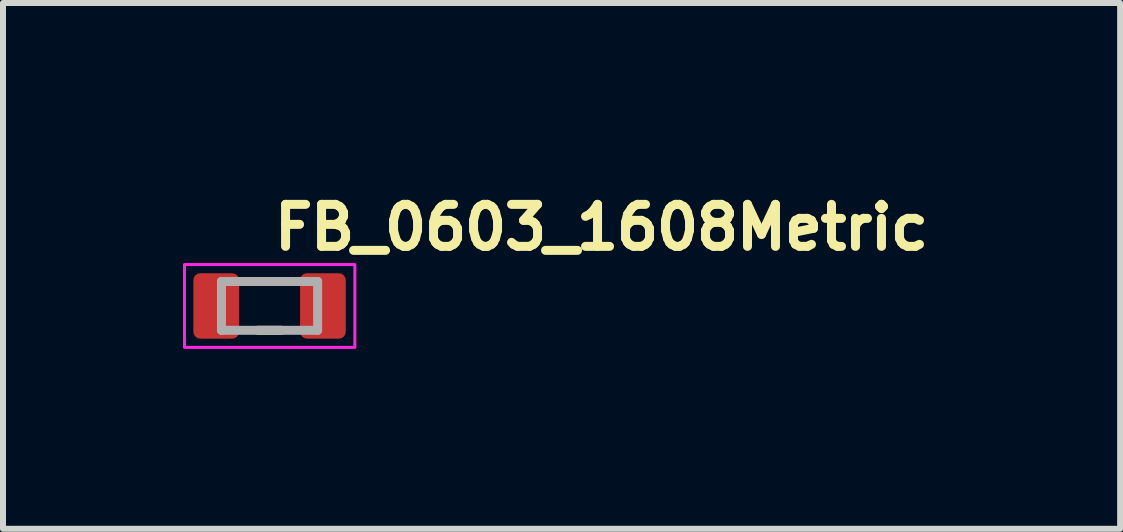
<source format=kicad_pcb>
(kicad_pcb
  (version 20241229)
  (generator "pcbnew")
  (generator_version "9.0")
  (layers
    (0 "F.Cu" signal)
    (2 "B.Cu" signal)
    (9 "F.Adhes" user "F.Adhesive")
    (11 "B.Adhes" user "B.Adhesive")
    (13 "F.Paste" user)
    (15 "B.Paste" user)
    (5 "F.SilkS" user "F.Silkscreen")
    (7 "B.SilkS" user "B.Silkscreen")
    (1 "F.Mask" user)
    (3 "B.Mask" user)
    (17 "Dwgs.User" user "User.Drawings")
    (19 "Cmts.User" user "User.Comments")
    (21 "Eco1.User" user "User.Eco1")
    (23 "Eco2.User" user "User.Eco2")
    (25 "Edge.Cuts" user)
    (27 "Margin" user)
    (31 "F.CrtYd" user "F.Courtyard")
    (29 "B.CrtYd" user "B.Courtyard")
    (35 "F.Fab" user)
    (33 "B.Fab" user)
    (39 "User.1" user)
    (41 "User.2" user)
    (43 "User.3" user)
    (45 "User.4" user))
  (footprint "FB_0603_1608Metric"
    (layer "F.Cu")
    (at 1.445 2.05)
    (property "Reference" "FB_0603_1608Metric" (at 0 -0.9 0) (layer "F.SilkS") (effects (font (size 0.7 0.7) (thickness 0.15)) (justify left bottom)))
    (attr smd)
    (fp_line (start -0.196 -0.408) (end 0.193 -0.408) (stroke (width 0.15) (type solid)) (layer "F.SilkS"))
    (fp_line (start -0.196 0.406) (end 0.193 0.406) (stroke (width 0.15) (type solid)) (layer "F.SilkS"))
    (fp_rect (start -1.42 -0.69) (end 1.42 0.69) (stroke (width 0.05) (type solid)) (fill no) (layer "F.CrtYd"))
    (fp_line (start -0.803 0.406) (end -0.803 -0.408) (stroke (width 0.15) (type solid)) (layer "F.Fab"))
    (fp_line (start 0.8 -0.408) (end -0.803 -0.408) (stroke (width 0.15) (type solid)) (layer "F.Fab"))
    (fp_line (start 0.8 -0.408) (end 0.8 0.406) (stroke (width 0.15) (type solid)) (layer "F.Fab"))
    (fp_line (start 0.8 0.406) (end -0.803 0.406) (stroke (width 0.15) (type solid)) (layer "F.Fab"))
    (fp_rect (start -0.802 -0.402) (end 0.8 0.4) (stroke (width 0.1) (type solid)) (fill no) (layer "User.5"))
    (fp_line (start -0.802 -0.392) (end -0.802 -0.392) (stroke (width 0.02) (type solid)) (layer "User.9"))
    (fp_line (start -0.802 -0.392) (end -0.801 -0.391) (stroke (width 0.02) (type solid)) (layer "User.9"))
    (fp_line (start -0.802 0.39) (end -0.802 -0.392) (stroke (width 0.02) (type solid)) (layer "User.9"))
    (fp_line (start -0.802 0.39) (end -0.802 0.39) (stroke (width 0.02) (type solid)) (layer "User.9"))
    (fp_line (start -0.802 0.39) (end -0.801 0.39) (stroke (width 0.02) (type solid)) (layer "User.9"))
    (fp_line (start -0.801 -0.396) (end -0.801 -0.395) (stroke (width 0.02) (type solid)) (layer "User.9"))
    (fp_line (start -0.801 -0.395) (end -0.801 -0.395) (stroke (width 0.02) (type solid)) (layer "User.9"))
    (fp_line (start -0.801 -0.395) (end -0.801 -0.394) (stroke (width 0.02) (type solid)) (layer "User.9"))
    (fp_line (start -0.801 -0.394) (end -0.801 -0.394) (stroke (width 0.02) (type solid)) (layer "User.9"))
    (fp_line (start -0.801 -0.394) (end -0.801 -0.394) (stroke (width 0.02) (type solid)) (layer "User.9"))
    (fp_line (start -0.801 -0.394) (end -0.801 -0.393) (stroke (width 0.02) (type solid)) (layer "User.9"))
    (fp_line (start -0.801 -0.393) (end -0.801 -0.393) (stroke (width 0.02) (type solid)) (layer "User.9"))
    (fp_line (start -0.801 -0.393) (end -0.801 -0.392) (stroke (width 0.02) (type solid)) (layer "User.9"))
    (fp_line (start -0.801 -0.392) (end -0.802 -0.392) (stroke (width 0.02) (type solid)) (layer "User.9"))
    (fp_line (start -0.801 -0.391) (end -0.801 -0.39) (stroke (width 0.02) (type solid)) (layer "User.9"))
    (fp_line (start -0.801 -0.39) (end -0.801 -0.39) (stroke (width 0.02) (type solid)) (layer "User.9"))
    (fp_line (start -0.801 -0.39) (end -0.801 -0.389) (stroke (width 0.02) (type solid)) (layer "User.9"))
    (fp_line (start -0.801 -0.389) (end -0.801 -0.389) (stroke (width 0.02) (type solid)) (layer "User.9"))
    (fp_line (start -0.801 -0.389) (end -0.801 -0.389) (stroke (width 0.02) (type solid)) (layer "User.9"))
    (fp_line (start -0.801 -0.389) (end -0.801 -0.388) (stroke (width 0.02) (type solid)) (layer "User.9"))
    (fp_line (start -0.801 -0.388) (end -0.801 -0.388) (stroke (width 0.02) (type solid)) (layer "User.9"))
    (fp_line (start -0.801 -0.388) (end -0.801 -0.387) (stroke (width 0.02) (type solid)) (layer "User.9"))
    (fp_line (start -0.801 -0.387) (end -0.8 -0.387) (stroke (width 0.02) (type solid)) (layer "User.9"))
    (fp_line (start -0.801 0.385) (end -0.801 0.386) (stroke (width 0.02) (type solid)) (layer "User.9"))
    (fp_line (start -0.801 0.386) (end -0.801 0.386) (stroke (width 0.02) (type solid)) (layer "User.9"))
    (fp_line (start -0.801 0.386) (end -0.801 0.387) (stroke (width 0.02) (type solid)) (layer "User.9"))
    (fp_line (start -0.801 0.387) (end -0.801 0.387) (stroke (width 0.02) (type solid)) (layer "User.9"))
    (fp_line (start -0.801 0.387) (end -0.801 0.387) (stroke (width 0.02) (type solid)) (layer "User.9"))
    (fp_line (start -0.801 0.387) (end -0.801 0.388) (stroke (width 0.02) (type solid)) (layer "User.9"))
    (fp_line (start -0.801 0.388) (end -0.801 0.388) (stroke (width 0.02) (type solid)) (layer "User.9"))
    (fp_line (start -0.801 0.388) (end -0.801 0.389) (stroke (width 0.02) (type solid)) (layer "User.9"))
    (fp_line (start -0.801 0.389) (end -0.802 0.39) (stroke (width 0.02) (type solid)) (layer "User.9"))
    (fp_line (start -0.801 0.39) (end -0.801 0.391) (stroke (width 0.02) (type solid)) (layer "User.9"))
    (fp_line (start -0.801 0.391) (end -0.801 0.391) (stroke (width 0.02) (type solid)) (layer "User.9"))
    (fp_line (start -0.801 0.391) (end -0.801 0.392) (stroke (width 0.02) (type solid)) (layer "User.9"))
    (fp_line (start -0.801 0.392) (end -0.801 0.392) (stroke (width 0.02) (type solid)) (layer "User.9"))
    (fp_line (start -0.801 0.392) (end -0.801 0.392) (stroke (width 0.02) (type solid)) (layer "User.9"))
    (fp_line (start -0.801 0.392) (end -0.801 0.393) (stroke (width 0.02) (type solid)) (layer "User.9"))
    (fp_line (start -0.801 0.393) (end -0.801 0.393) (stroke (width 0.02) (type solid)) (layer "User.9"))
    (fp_line (start -0.801 0.393) (end -0.801 0.394) (stroke (width 0.02) (type solid)) (layer "User.9"))
    (fp_line (start -0.801 0.394) (end -0.8 0.394) (stroke (width 0.02) (type solid)) (layer "User.9"))
    (fp_line (start -0.8 -0.397) (end -0.8 -0.397) (stroke (width 0.02) (type solid)) (layer "User.9"))
    (fp_line (start -0.8 -0.397) (end -0.8 -0.397) (stroke (width 0.02) (type solid)) (layer "User.9"))
    (fp_line (start -0.8 -0.397) (end -0.8 -0.396) (stroke (width 0.02) (type solid)) (layer "User.9"))
    (fp_line (start -0.8 -0.396) (end -0.801 -0.396) (stroke (width 0.02) (type solid)) (layer "User.9"))
    (fp_line (start -0.8 -0.387) (end -0.8 -0.386) (stroke (width 0.02) (type solid)) (layer "User.9"))
    (fp_line (start -0.8 -0.386) (end -0.8 -0.386) (stroke (width 0.02) (type solid)) (layer "User.9"))
    (fp_line (start -0.8 -0.386) (end -0.8 -0.386) (stroke (width 0.02) (type solid)) (layer "User.9"))
    (fp_line (start -0.8 -0.386) (end -0.799 -0.384) (stroke (width 0.02) (type solid)) (layer "User.9"))
    (fp_line (start -0.8 0.384) (end -0.8 0.384) (stroke (width 0.02) (type solid)) (layer "User.9"))
    (fp_line (start -0.8 0.384) (end -0.8 0.384) (stroke (width 0.02) (type solid)) (layer "User.9"))
    (fp_line (start -0.8 0.384) (end -0.8 0.385) (stroke (width 0.02) (type solid)) (layer "User.9"))
    (fp_line (start -0.8 0.385) (end -0.801 0.385) (stroke (width 0.02) (type solid)) (layer "User.9"))
    (fp_line (start -0.8 0.394) (end -0.8 0.395) (stroke (width 0.02) (type solid)) (layer "User.9"))
    (fp_line (start -0.8 0.395) (end -0.8 0.395) (stroke (width 0.02) (type solid)) (layer "User.9"))
    (fp_line (start -0.8 0.395) (end -0.8 0.395) (stroke (width 0.02) (type solid)) (layer "User.9"))
    (fp_line (start -0.8 0.395) (end -0.799 0.396) (stroke (width 0.02) (type solid)) (layer "User.9"))
    (fp_line (start -0.799 -0.399) (end -0.799 -0.398) (stroke (width 0.02) (type solid)) (layer "User.9"))
    (fp_line (start -0.799 -0.398) (end -0.8 -0.397) (stroke (width 0.02) (type solid)) (layer "User.9"))
    (fp_line (start -0.799 -0.398) (end -0.799 -0.398) (stroke (width 0.02) (type solid)) (layer "User.9"))
    (fp_line (start -0.799 -0.384) (end -0.799 -0.384) (stroke (width 0.02) (type solid)) (layer "User.9"))
    (fp_line (start -0.799 -0.384) (end -0.799 -0.383) (stroke (width 0.02) (type solid)) (layer "User.9"))
    (fp_line (start -0.799 -0.383) (end -0.798 -0.383) (stroke (width 0.02) (type solid)) (layer "User.9"))
    (fp_line (start -0.799 0.381) (end -0.799 0.382) (stroke (width 0.02) (type solid)) (layer "User.9"))
    (fp_line (start -0.799 0.382) (end -0.8 0.384) (stroke (width 0.02) (type solid)) (layer "User.9"))
    (fp_line (start -0.799 0.382) (end -0.799 0.382) (stroke (width 0.02) (type solid)) (layer "User.9"))
    (fp_line (start -0.799 0.396) (end -0.799 0.396) (stroke (width 0.02) (type solid)) (layer "User.9"))
    (fp_line (start -0.799 0.396) (end -0.799 0.397) (stroke (width 0.02) (type solid)) (layer "User.9"))
    (fp_line (start -0.799 0.397) (end -0.798 0.397) (stroke (width 0.02) (type solid)) (layer "User.9"))
    (fp_line (start -0.798 -0.399) (end -0.799 -0.399) (stroke (width 0.02) (type solid)) (layer "User.9"))
    (fp_line (start -0.798 -0.399) (end -0.798 -0.399) (stroke (width 0.02) (type solid)) (layer "User.9"))
    (fp_line (start -0.798 -0.383) (end -0.798 -0.383) (stroke (width 0.02) (type solid)) (layer "User.9"))
    (fp_line (start -0.798 -0.383) (end -0.797 -0.382) (stroke (width 0.02) (type solid)) (layer "User.9"))
    (fp_line (start -0.798 0.381) (end -0.799 0.381) (stroke (width 0.02) (type solid)) (layer "User.9"))
    (fp_line (start -0.798 0.381) (end -0.798 0.381) (stroke (width 0.02) (type solid)) (layer "User.9"))
    (fp_line (start -0.798 0.397) (end -0.798 0.397) (stroke (width 0.02) (type solid)) (layer "User.9"))
    (fp_line (start -0.798 0.397) (end -0.797 0.398) (stroke (width 0.02) (type solid)) (layer "User.9"))
    (fp_line (start -0.797 -0.4) (end -0.798 -0.399) (stroke (width 0.02) (type solid)) (layer "User.9"))
    (fp_line (start -0.797 -0.4) (end -0.797 -0.4) (stroke (width 0.02) (type solid)) (layer "User.9"))
    (fp_line (start -0.797 -0.4) (end -0.797 -0.4) (stroke (width 0.02) (type solid)) (layer "User.9"))
    (fp_line (start -0.797 -0.382) (end -0.797 -0.382) (stroke (width 0.02) (type solid)) (layer "User.9"))
    (fp_line (start -0.797 -0.382) (end -0.797 -0.382) (stroke (width 0.02) (type solid)) (layer "User.9"))
    (fp_line (start -0.797 -0.382) (end -0.796 -0.382) (stroke (width 0.02) (type solid)) (layer "User.9"))
    (fp_line (start -0.797 0.38) (end -0.798 0.381) (stroke (width 0.02) (type solid)) (layer "User.9"))
    (fp_line (start -0.797 0.38) (end -0.797 0.38) (stroke (width 0.02) (type solid)) (layer "User.9"))
    (fp_line (start -0.797 0.38) (end -0.797 0.38) (stroke (width 0.02) (type solid)) (layer "User.9"))
    (fp_line (start -0.797 0.398) (end -0.797 0.398) (stroke (width 0.02) (type solid)) (layer "User.9"))
    (fp_line (start -0.797 0.398) (end -0.797 0.398) (stroke (width 0.02) (type solid)) (layer "User.9"))
    (fp_line (start -0.797 0.398) (end -0.796 0.398) (stroke (width 0.02) (type solid)) (layer "User.9"))
    (fp_line (start -0.796 -0.401) (end -0.796 -0.4) (stroke (width 0.02) (type solid)) (layer "User.9"))
    (fp_line (start -0.796 -0.4) (end -0.797 -0.4) (stroke (width 0.02) (type solid)) (layer "User.9"))
    (fp_line (start -0.796 -0.382) (end -0.796 -0.381) (stroke (width 0.02) (type solid)) (layer "User.9"))
    (fp_line (start -0.796 -0.381) (end -0.795 -0.381) (stroke (width 0.02) (type solid)) (layer "User.9"))
    (fp_line (start -0.796 0.379) (end -0.796 0.38) (stroke (width 0.02) (type solid)) (layer "User.9"))
    (fp_line (start -0.796 0.38) (end -0.797 0.38) (stroke (width 0.02) (type solid)) (layer "User.9"))
    (fp_line (start -0.796 0.398) (end -0.796 0.399) (stroke (width 0.02) (type solid)) (layer "User.9"))
    (fp_line (start -0.796 0.399) (end -0.795 0.399) (stroke (width 0.02) (type solid)) (layer "User.9"))
    (fp_line (start -0.795 -0.401) (end -0.796 -0.401) (stroke (width 0.02) (type solid)) (layer "User.9"))
    (fp_line (start -0.795 -0.401) (end -0.795 -0.401) (stroke (width 0.02) (type solid)) (layer "User.9"))
    (fp_line (start -0.795 -0.381) (end -0.795 -0.381) (stroke (width 0.02) (type solid)) (layer "User.9"))
    (fp_line (start -0.795 -0.381) (end -0.794 -0.381) (stroke (width 0.02) (type solid)) (layer "User.9"))
    (fp_line (start -0.795 0.379) (end -0.796 0.379) (stroke (width 0.02) (type solid)) (layer "User.9"))
    (fp_line (start -0.795 0.379) (end -0.795 0.379) (stroke (width 0.02) (type solid)) (layer "User.9"))
    (fp_line (start -0.795 0.399) (end -0.795 0.399) (stroke (width 0.02) (type solid)) (layer "User.9"))
    (fp_line (start -0.795 0.399) (end -0.794 0.399) (stroke (width 0.02) (type solid)) (layer "User.9"))
    (fp_line (start -0.794 -0.401) (end -0.795 -0.401) (stroke (width 0.02) (type solid)) (layer "User.9"))
    (fp_line (start -0.794 -0.401) (end -0.794 -0.401) (stroke (width 0.02) (type solid)) (layer "User.9"))
    (fp_line (start -0.794 -0.401) (end -0.794 -0.401) (stroke (width 0.02) (type solid)) (layer "User.9"))
    (fp_line (start -0.794 -0.381) (end -0.794 -0.381) (stroke (width 0.02) (type solid)) (layer "User.9"))
    (fp_line (start -0.794 -0.381) (end -0.794 -0.381) (stroke (width 0.02) (type solid)) (layer "User.9"))
    (fp_line (start -0.794 -0.381) (end -0.793 -0.381) (stroke (width 0.02) (type solid)) (layer "User.9"))
    (fp_line (start -0.794 0.379) (end -0.795 0.379) (stroke (width 0.02) (type solid)) (layer "User.9"))
    (fp_line (start -0.794 0.379) (end -0.794 0.379) (stroke (width 0.02) (type solid)) (layer "User.9"))
    (fp_line (start -0.794 0.379) (end -0.794 0.379) (stroke (width 0.02) (type solid)) (layer "User.9"))
    (fp_line (start -0.794 0.399) (end -0.794 0.399) (stroke (width 0.02) (type solid)) (layer "User.9"))
    (fp_line (start -0.794 0.399) (end -0.794 0.399) (stroke (width 0.02) (type solid)) (layer "User.9"))
    (fp_line (start -0.794 0.399) (end -0.793 0.399) (stroke (width 0.02) (type solid)) (layer "User.9"))
    (fp_line (start -0.793 -0.401) (end -0.794 -0.401) (stroke (width 0.02) (type solid)) (layer "User.9"))
    (fp_line (start -0.793 -0.401) (end -0.793 -0.401) (stroke (width 0.02) (type solid)) (layer "User.9"))
    (fp_line (start -0.793 -0.381) (end -0.793 -0.381) (stroke (width 0.02) (type solid)) (layer "User.9"))
    (fp_line (start -0.793 -0.381) (end -0.792 -0.381) (stroke (width 0.02) (type solid)) (layer "User.9"))
    (fp_line (start -0.793 0.379) (end -0.794 0.379) (stroke (width 0.02) (type solid)) (layer "User.9"))
    (fp_line (start -0.793 0.379) (end -0.793 0.379) (stroke (width 0.02) (type solid)) (layer "User.9"))
    (fp_line (start -0.793 0.399) (end -0.793 0.399) (stroke (width 0.02) (type solid)) (layer "User.9"))
    (fp_line (start -0.793 0.399) (end -0.792 0.399) (stroke (width 0.02) (type solid)) (layer "User.9"))
    (fp_line (start -0.792 -0.402) (end -0.792 -0.402) (stroke (width 0.02) (type solid)) (layer "User.9"))
    (fp_line (start -0.792 -0.402) (end -0.792 -0.401) (stroke (width 0.02) (type solid)) (layer "User.9"))
    (fp_line (start -0.792 -0.402) (end -0.777 -0.402) (stroke (width 0.02) (type solid)) (layer "User.9"))
    (fp_line (start -0.792 -0.402) (end -0.772 -0.402) (stroke (width 0.02) (type solid)) (layer "User.9"))
    (fp_line (start -0.792 -0.401) (end -0.793 -0.401) (stroke (width 0.02) (type solid)) (layer "User.9"))
    (fp_line (start -0.792 -0.381) (end -0.792 -0.38) (stroke (width 0.02) (type solid)) (layer "User.9"))
    (fp_line (start -0.792 -0.38) (end -0.792 -0.38) (stroke (width 0.02) (type solid)) (layer "User.9"))
    (fp_line (start -0.792 -0.38) (end -0.791 -0.381) (stroke (width 0.02) (type solid)) (layer "User.9"))
    (fp_line (start -0.792 0.378) (end -0.792 0.378) (stroke (width 0.02) (type solid)) (layer "User.9"))
    (fp_line (start -0.792 0.378) (end -0.792 0.379) (stroke (width 0.02) (type solid)) (layer "User.9"))
    (fp_line (start -0.792 0.379) (end -0.793 0.379) (stroke (width 0.02) (type solid)) (layer "User.9"))
    (fp_line (start -0.792 0.399) (end -0.792 0.4) (stroke (width 0.02) (type solid)) (layer "User.9"))
    (fp_line (start -0.792 0.4) (end -0.792 0.4) (stroke (width 0.02) (type solid)) (layer "User.9"))
    (fp_line (start -0.792 0.4) (end -0.791 0.399) (stroke (width 0.02) (type solid)) (layer "User.9"))
    (fp_line (start -0.792 0.4) (end -0.777 0.4) (stroke (width 0.02) (type solid)) (layer "User.9"))
    (fp_line (start -0.792 0.4) (end -0.772 0.4) (stroke (width 0.02) (type solid)) (layer "User.9"))
    (fp_line (start -0.791 -0.401) (end -0.792 -0.402) (stroke (width 0.02) (type solid)) (layer "User.9"))
    (fp_line (start -0.791 -0.381) (end -0.79 -0.381) (stroke (width 0.02) (type solid)) (layer "User.9"))
    (fp_line (start -0.791 0.379) (end -0.792 0.378) (stroke (width 0.02) (type solid)) (layer "User.9"))
    (fp_line (start -0.791 0.399) (end -0.79 0.399) (stroke (width 0.02) (type solid)) (layer "User.9"))
    (fp_line (start -0.79 -0.401) (end -0.791 -0.401) (stroke (width 0.02) (type solid)) (layer "User.9"))
    (fp_line (start -0.79 -0.401) (end -0.79 -0.401) (stroke (width 0.02) (type solid)) (layer "User.9"))
    (fp_line (start -0.79 -0.381) (end -0.79 -0.381) (stroke (width 0.02) (type solid)) (layer "User.9"))
    (fp_line (start -0.79 -0.381) (end -0.789 -0.381) (stroke (width 0.02) (type solid)) (layer "User.9"))
    (fp_line (start -0.79 0.379) (end -0.791 0.379) (stroke (width 0.02) (type solid)) (layer "User.9"))
    (fp_line (start -0.79 0.379) (end -0.79 0.379) (stroke (width 0.02) (type solid)) (layer "User.9"))
    (fp_line (start -0.79 0.399) (end -0.79 0.399) (stroke (width 0.02) (type solid)) (layer "User.9"))
    (fp_line (start -0.79 0.399) (end -0.789 0.399) (stroke (width 0.02) (type solid)) (layer "User.9"))
    (fp_line (start -0.789 -0.401) (end -0.79 -0.401) (stroke (width 0.02) (type solid)) (layer "User.9"))
    (fp_line (start -0.789 -0.401) (end -0.789 -0.401) (stroke (width 0.02) (type solid)) (layer "User.9"))
    (fp_line (start -0.789 -0.401) (end -0.789 -0.401) (stroke (width 0.02) (type solid)) (layer "User.9"))
    (fp_line (start -0.789 -0.381) (end -0.789 -0.381) (stroke (width 0.02) (type solid)) (layer "User.9"))
    (fp_line (start -0.789 -0.381) (end -0.789 -0.381) (stroke (width 0.02) (type solid)) (layer "User.9"))
    (fp_line (start -0.789 -0.381) (end -0.788 -0.381) (stroke (width 0.02) (type solid)) (layer "User.9"))
    (fp_line (start -0.789 0.379) (end -0.79 0.379) (stroke (width 0.02) (type solid)) (layer "User.9"))
    (fp_line (start -0.789 0.379) (end -0.789 0.379) (stroke (width 0.02) (type solid)) (layer "User.9"))
    (fp_line (start -0.789 0.379) (end -0.789 0.379) (stroke (width 0.02) (type solid)) (layer "User.9"))
    (fp_line (start -0.789 0.399) (end -0.789 0.399) (stroke (width 0.02) (type solid)) (layer "User.9"))
    (fp_line (start -0.789 0.399) (end -0.789 0.399) (stroke (width 0.02) (type solid)) (layer "User.9"))
    (fp_line (start -0.789 0.399) (end -0.788 0.399) (stroke (width 0.02) (type solid)) (layer "User.9"))
    (fp_line (start -0.788 -0.401) (end -0.789 -0.401) (stroke (width 0.02) (type solid)) (layer "User.9"))
    (fp_line (start -0.788 -0.401) (end -0.788 -0.401) (stroke (width 0.02) (type solid)) (layer "User.9"))
    (fp_line (start -0.788 -0.381) (end -0.788 -0.381) (stroke (width 0.02) (type solid)) (layer "User.9"))
    (fp_line (start -0.788 -0.381) (end -0.787 -0.381) (stroke (width 0.02) (type solid)) (layer "User.9"))
    (fp_line (start -0.788 0.379) (end -0.789 0.379) (stroke (width 0.02) (type solid)) (layer "User.9"))
    (fp_line (start -0.788 0.379) (end -0.788 0.379) (stroke (width 0.02) (type solid)) (layer "User.9"))
    (fp_line (start -0.788 0.399) (end -0.788 0.399) (stroke (width 0.02) (type solid)) (layer "User.9"))
    (fp_line (start -0.788 0.399) (end -0.787 0.399) (stroke (width 0.02) (type solid)) (layer "User.9"))
    (fp_line (start -0.787 -0.401) (end -0.788 -0.401) (stroke (width 0.02) (type solid)) (layer "User.9"))
    (fp_line (start -0.787 -0.4) (end -0.787 -0.401) (stroke (width 0.02) (type solid)) (layer "User.9"))
    (fp_line (start -0.787 -0.382) (end -0.786 -0.382) (stroke (width 0.02) (type solid)) (layer "User.9"))
    (fp_line (start -0.787 -0.381) (end -0.787 -0.382) (stroke (width 0.02) (type solid)) (layer "User.9"))
    (fp_line (start -0.787 0.379) (end -0.788 0.379) (stroke (width 0.02) (type solid)) (layer "User.9"))
    (fp_line (start -0.787 0.38) (end -0.787 0.379) (stroke (width 0.02) (type solid)) (layer "User.9"))
    (fp_line (start -0.787 0.398) (end -0.786 0.398) (stroke (width 0.02) (type solid)) (layer "User.9"))
    (fp_line (start -0.787 0.399) (end -0.787 0.398) (stroke (width 0.02) (type solid)) (layer "User.9"))
    (fp_line (start -0.786 -0.4) (end -0.787 -0.4) (stroke (width 0.02) (type solid)) (layer "User.9"))
    (fp_line (start -0.786 -0.4) (end -0.786 -0.4) (stroke (width 0.02) (type solid)) (layer "User.9"))
    (fp_line (start -0.786 -0.4) (end -0.786 -0.4) (stroke (width 0.02) (type solid)) (layer "User.9"))
    (fp_line (start -0.786 -0.382) (end -0.786 -0.382) (stroke (width 0.02) (type solid)) (layer "User.9"))
    (fp_line (start -0.786 -0.382) (end -0.786 -0.382) (stroke (width 0.02) (type solid)) (layer "User.9"))
    (fp_line (start -0.786 -0.382) (end -0.785 -0.383) (stroke (width 0.02) (type solid)) (layer "User.9"))
    (fp_line (start -0.786 0.38) (end -0.787 0.38) (stroke (width 0.02) (type solid)) (layer "User.9"))
    (fp_line (start -0.786 0.38) (end -0.786 0.38) (stroke (width 0.02) (type solid)) (layer "User.9"))
    (fp_line (start -0.786 0.38) (end -0.786 0.38) (stroke (width 0.02) (type solid)) (layer "User.9"))
    (fp_line (start -0.786 0.398) (end -0.786 0.398) (stroke (width 0.02) (type solid)) (layer "User.9"))
    (fp_line (start -0.786 0.398) (end -0.786 0.398) (stroke (width 0.02) (type solid)) (layer "User.9"))
    (fp_line (start -0.786 0.398) (end -0.785 0.397) (stroke (width 0.02) (type solid)) (layer "User.9"))
    (fp_line (start -0.785 -0.399) (end -0.786 -0.4) (stroke (width 0.02) (type solid)) (layer "User.9"))
    (fp_line (start -0.785 -0.399) (end -0.785 -0.399) (stroke (width 0.02) (type solid)) (layer "User.9"))
    (fp_line (start -0.785 -0.383) (end -0.785 -0.383) (stroke (width 0.02) (type solid)) (layer "User.9"))
    (fp_line (start -0.785 -0.383) (end -0.784 -0.383) (stroke (width 0.02) (type solid)) (layer "User.9"))
    (fp_line (start -0.785 0.381) (end -0.786 0.38) (stroke (width 0.02) (type solid)) (layer "User.9"))
    (fp_line (start -0.785 0.381) (end -0.785 0.381) (stroke (width 0.02) (type solid)) (layer "User.9"))
    (fp_line (start -0.785 0.397) (end -0.785 0.397) (stroke (width 0.02) (type solid)) (layer "User.9"))
    (fp_line (start -0.785 0.397) (end -0.784 0.397) (stroke (width 0.02) (type solid)) (layer "User.9"))
    (fp_line (start -0.784 -0.399) (end -0.785 -0.399) (stroke (width 0.02) (type solid)) (layer "User.9"))
    (fp_line (start -0.784 -0.398) (end -0.784 -0.399) (stroke (width 0.02) (type solid)) (layer "User.9"))
    (fp_line (start -0.784 -0.398) (end -0.784 -0.398) (stroke (width 0.02) (type solid)) (layer "User.9"))
    (fp_line (start -0.784 -0.384) (end -0.784 -0.384) (stroke (width 0.02) (type solid)) (layer "User.9"))
    (fp_line (start -0.784 -0.384) (end -0.783 -0.386) (stroke (width 0.02) (type solid)) (layer "User.9"))
    (fp_line (start -0.784 -0.383) (end -0.784 -0.384) (stroke (width 0.02) (type solid)) (layer "User.9"))
    (fp_line (start -0.784 0.381) (end -0.785 0.381) (stroke (width 0.02) (type solid)) (layer "User.9"))
    (fp_line (start -0.784 0.382) (end -0.784 0.381) (stroke (width 0.02) (type solid)) (layer "User.9"))
    (fp_line (start -0.784 0.382) (end -0.784 0.382) (stroke (width 0.02) (type solid)) (layer "User.9"))
    (fp_line (start -0.784 0.396) (end -0.784 0.396) (stroke (width 0.02) (type solid)) (layer "User.9"))
    (fp_line (start -0.784 0.396) (end -0.783 0.395) (stroke (width 0.02) (type solid)) (layer "User.9"))
    (fp_line (start -0.784 0.397) (end -0.784 0.396) (stroke (width 0.02) (type solid)) (layer "User.9"))
    (fp_line (start -0.783 -0.397) (end -0.784 -0.398) (stroke (width 0.02) (type solid)) (layer "User.9"))
    (fp_line (start -0.783 -0.397) (end -0.783 -0.397) (stroke (width 0.02) (type solid)) (layer "User.9"))
    (fp_line (start -0.783 -0.397) (end -0.783 -0.397) (stroke (width 0.02) (type solid)) (layer "User.9"))
    (fp_line (start -0.783 -0.396) (end -0.783 -0.397) (stroke (width 0.02) (type solid)) (layer "User.9"))
    (fp_line (start -0.783 -0.387) (end -0.782 -0.387) (stroke (width 0.02) (type solid)) (layer "User.9"))
    (fp_line (start -0.783 -0.386) (end -0.783 -0.387) (stroke (width 0.02) (type solid)) (layer "User.9"))
    (fp_line (start -0.783 -0.386) (end -0.783 -0.386) (stroke (width 0.02) (type solid)) (layer "User.9"))
    (fp_line (start -0.783 -0.386) (end -0.783 -0.386) (stroke (width 0.02) (type solid)) (layer "User.9"))
    (fp_line (start -0.783 0.384) (end -0.784 0.382) (stroke (width 0.02) (type solid)) (layer "User.9"))
    (fp_line (start -0.783 0.384) (end -0.783 0.384) (stroke (width 0.02) (type solid)) (layer "User.9"))
    (fp_line (start -0.783 0.384) (end -0.783 0.384) (stroke (width 0.02) (type solid)) (layer "User.9"))
    (fp_line (start -0.783 0.385) (end -0.783 0.384) (stroke (width 0.02) (type solid)) (layer "User.9"))
    (fp_line (start -0.783 0.394) (end -0.782 0.394) (stroke (width 0.02) (type solid)) (layer "User.9"))
    (fp_line (start -0.783 0.395) (end -0.783 0.394) (stroke (width 0.02) (type solid)) (layer "User.9"))
    (fp_line (start -0.783 0.395) (end -0.783 0.395) (stroke (width 0.02) (type solid)) (layer "User.9"))
    (fp_line (start -0.783 0.395) (end -0.783 0.395) (stroke (width 0.02) (type solid)) (layer "User.9"))
    (fp_line (start -0.782 -0.396) (end -0.783 -0.396) (stroke (width 0.02) (type solid)) (layer "User.9"))
    (fp_line (start -0.782 -0.395) (end -0.782 -0.396) (stroke (width 0.02) (type solid)) (layer "User.9"))
    (fp_line (start -0.782 -0.395) (end -0.782 -0.395) (stroke (width 0.02) (type solid)) (layer "User.9"))
    (fp_line (start -0.782 -0.394) (end -0.782 -0.395) (stroke (width 0.02) (type solid)) (layer "User.9"))
    (fp_line (start -0.782 -0.394) (end -0.782 -0.394) (stroke (width 0.02) (type solid)) (layer "User.9"))
    (fp_line (start -0.782 -0.394) (end -0.782 -0.394) (stroke (width 0.02) (type solid)) (layer "User.9"))
    (fp_line (start -0.782 -0.393) (end -0.782 -0.394) (stroke (width 0.02) (type solid)) (layer "User.9"))
    (fp_line (start -0.782 -0.393) (end -0.782 -0.393) (stroke (width 0.02) (type solid)) (layer "User.9"))
    (fp_line (start -0.782 -0.392) (end -0.782 -0.393) (stroke (width 0.02) (type solid)) (layer "User.9"))
    (fp_line (start -0.782 -0.392) (end -0.782 -0.392) (stroke (width 0.02) (type solid)) (layer "User.9"))
    (fp_line (start -0.782 -0.392) (end -0.782 -0.392) (stroke (width 0.02) (type solid)) (layer "User.9"))
    (fp_line (start -0.782 -0.392) (end -0.782 -0.392) (stroke (width 0.02) (type solid)) (layer "User.9"))
    (fp_line (start -0.782 -0.391) (end -0.782 -0.392) (stroke (width 0.02) (type solid)) (layer "User.9"))
    (fp_line (start -0.782 -0.39) (end -0.782 -0.391) (stroke (width 0.02) (type solid)) (layer "User.9"))
    (fp_line (start -0.782 -0.39) (end -0.782 -0.39) (stroke (width 0.02) (type solid)) (layer "User.9"))
    (fp_line (start -0.782 -0.389) (end -0.782 -0.39) (stroke (width 0.02) (type solid)) (layer "User.9"))
    (fp_line (start -0.782 -0.389) (end -0.782 -0.389) (stroke (width 0.02) (type solid)) (layer "User.9"))
    (fp_line (start -0.782 -0.389) (end -0.782 -0.389) (stroke (width 0.02) (type solid)) (layer "User.9"))
    (fp_line (start -0.782 -0.388) (end -0.782 -0.389) (stroke (width 0.02) (type solid)) (layer "User.9"))
    (fp_line (start -0.782 -0.388) (end -0.782 -0.388) (stroke (width 0.02) (type solid)) (layer "User.9"))
    (fp_line (start -0.782 -0.387) (end -0.782 -0.388) (stroke (width 0.02) (type solid)) (layer "User.9"))
    (fp_line (start -0.782 0.385) (end -0.783 0.385) (stroke (width 0.02) (type solid)) (layer "User.9"))
    (fp_line (start -0.782 0.386) (end -0.782 0.385) (stroke (width 0.02) (type solid)) (layer "User.9"))
    (fp_line (start -0.782 0.386) (end -0.782 0.386) (stroke (width 0.02) (type solid)) (layer "User.9"))
    (fp_line (start -0.782 0.387) (end -0.782 0.386) (stroke (width 0.02) (type solid)) (layer "User.9"))
    (fp_line (start -0.782 0.387) (end -0.782 0.387) (stroke (width 0.02) (type solid)) (layer "User.9"))
    (fp_line (start -0.782 0.387) (end -0.782 0.387) (stroke (width 0.02) (type solid)) (layer "User.9"))
    (fp_line (start -0.782 0.388) (end -0.782 0.387) (stroke (width 0.02) (type solid)) (layer "User.9"))
    (fp_line (start -0.782 0.388) (end -0.782 0.388) (stroke (width 0.02) (type solid)) (layer "User.9"))
    (fp_line (start -0.782 0.389) (end -0.782 0.388) (stroke (width 0.02) (type solid)) (layer "User.9"))
    (fp_line (start -0.782 0.39) (end -0.782 0.389) (stroke (width 0.02) (type solid)) (layer "User.9"))
    (fp_line (start -0.782 0.39) (end -0.782 0.39) (stroke (width 0.02) (type solid)) (layer "User.9"))
    (fp_line (start -0.782 0.39) (end -0.782 0.39) (stroke (width 0.02) (type solid)) (layer "User.9"))
    (fp_line (start -0.782 0.39) (end -0.782 0.39) (stroke (width 0.02) (type solid)) (layer "User.9"))
    (fp_line (start -0.782 0.391) (end -0.782 0.39) (stroke (width 0.02) (type solid)) (layer "User.9"))
    (fp_line (start -0.782 0.391) (end -0.782 0.391) (stroke (width 0.02) (type solid)) (layer "User.9"))
    (fp_line (start -0.782 0.392) (end -0.782 0.391) (stroke (width 0.02) (type solid)) (layer "User.9"))
    (fp_line (start -0.782 0.392) (end -0.782 0.392) (stroke (width 0.02) (type solid)) (layer "User.9"))
    (fp_line (start -0.782 0.392) (end -0.782 0.392) (stroke (width 0.02) (type solid)) (layer "User.9"))
    (fp_line (start -0.782 0.393) (end -0.782 0.392) (stroke (width 0.02) (type solid)) (layer "User.9"))
    (fp_line (start -0.782 0.393) (end -0.782 0.393) (stroke (width 0.02) (type solid)) (layer "User.9"))
    (fp_line (start -0.782 0.394) (end -0.782 0.393) (stroke (width 0.02) (type solid)) (layer "User.9"))
    (fp_line (start -0.777 -0.402) (end -0.772 -0.402) (stroke (width 0.02) (type solid)) (layer "User.9"))
    (fp_line (start -0.777 -0.402) (end -0.772 -0.402) (stroke (width 0.02) (type solid)) (layer "User.9"))
    (fp_line (start -0.772 -0.402) (end -0.792 -0.402) (stroke (width 0.02) (type solid)) (layer "User.9"))
    (fp_line (start -0.772 -0.402) (end -0.6 -0.402) (stroke (width 0.02) (type solid)) (layer "User.9"))
    (fp_line (start -0.772 0.4) (end -0.792 0.4) (stroke (width 0.02) (type solid)) (layer "User.9"))
    (fp_line (start -0.6 -0.402) (end -0.59 -0.392) (stroke (width 0.02) (type solid)) (layer "User.9"))
    (fp_line (start -0.6 -0.402) (end 0.598 -0.402) (stroke (width 0.02) (type solid)) (layer "User.9"))
    (fp_line (start -0.6 0.4) (end -0.772 0.4) (stroke (width 0.02) (type solid)) (layer "User.9"))
    (fp_line (start -0.6 0.4) (end -0.6 -0.402) (stroke (width 0.02) (type solid)) (layer "User.9"))
    (fp_line (start -0.59 0.39) (end -0.6 0.4) (stroke (width 0.02) (type solid)) (layer "User.9"))
    (fp_line (start 0.588 -0.392) (end 0.598 -0.402) (stroke (width 0.02) (type solid)) (layer "User.9"))
    (fp_line (start 0.588 0.39) (end 0.598 0.4) (stroke (width 0.02) (type solid)) (layer "User.9"))
    (fp_line (start 0.598 -0.402) (end 0.598 0.4) (stroke (width 0.02) (type solid)) (layer "User.9"))
    (fp_line (start 0.598 -0.402) (end 0.77 -0.402) (stroke (width 0.02) (type solid)) (layer "User.9"))
    (fp_line (start 0.598 0.4) (end -0.6 0.4) (stroke (width 0.02) (type solid)) (layer "User.9"))
    (fp_line (start 0.77 -0.402) (end 0.775 -0.402) (stroke (width 0.02) (type solid)) (layer "User.9"))
    (fp_line (start 0.77 -0.402) (end 0.79 -0.402) (stroke (width 0.02) (type solid)) (layer "User.9"))
    (fp_line (start 0.77 0.4) (end 0.598 0.4) (stroke (width 0.02) (type solid)) (layer "User.9"))
    (fp_line (start 0.77 0.4) (end 0.79 0.4) (stroke (width 0.02) (type solid)) (layer "User.9"))
    (fp_line (start 0.775 -0.402) (end 0.77 -0.402) (stroke (width 0.02) (type solid)) (layer "User.9"))
    (fp_line (start 0.775 -0.402) (end 0.79 -0.402) (stroke (width 0.02) (type solid)) (layer "User.9"))
    (fp_line (start 0.775 0.4) (end 0.77 0.4) (stroke (width 0.02) (type solid)) (layer "User.9"))
    (fp_line (start 0.775 0.4) (end 0.77 0.4) (stroke (width 0.02) (type solid)) (layer "User.9"))
    (fp_line (start 0.78 -0.396) (end 0.78 -0.395) (stroke (width 0.02) (type solid)) (layer "User.9"))
    (fp_line (start 0.78 -0.395) (end 0.78 -0.395) (stroke (width 0.02) (type solid)) (layer "User.9"))
    (fp_line (start 0.78 -0.395) (end 0.78 -0.394) (stroke (width 0.02) (type solid)) (layer "User.9"))
    (fp_line (start 0.78 -0.394) (end 0.78 -0.394) (stroke (width 0.02) (type solid)) (layer "User.9"))
    (fp_line (start 0.78 -0.394) (end 0.78 -0.394) (stroke (width 0.02) (type solid)) (layer "User.9"))
    (fp_line (start 0.78 -0.394) (end 0.78 -0.393) (stroke (width 0.02) (type solid)) (layer "User.9"))
    (fp_line (start 0.78 -0.393) (end 0.78 -0.393) (stroke (width 0.02) (type solid)) (layer "User.9"))
    (fp_line (start 0.78 -0.393) (end 0.78 -0.392) (stroke (width 0.02) (type solid)) (layer "User.9"))
    (fp_line (start 0.78 -0.392) (end 0.78 -0.392) (stroke (width 0.02) (type solid)) (layer "User.9"))
    (fp_line (start 0.78 -0.392) (end 0.78 -0.392) (stroke (width 0.02) (type solid)) (layer "User.9"))
    (fp_line (start 0.78 -0.392) (end 0.78 -0.391) (stroke (width 0.02) (type solid)) (layer "User.9"))
    (fp_line (start 0.78 -0.391) (end 0.78 -0.39) (stroke (width 0.02) (type solid)) (layer "User.9"))
    (fp_line (start 0.78 -0.39) (end 0.78 -0.39) (stroke (width 0.02) (type solid)) (layer "User.9"))
    (fp_line (start 0.78 -0.39) (end 0.78 -0.389) (stroke (width 0.02) (type solid)) (layer "User.9"))
    (fp_line (start 0.78 -0.389) (end 0.78 -0.389) (stroke (width 0.02) (type solid)) (layer "User.9"))
    (fp_line (start 0.78 -0.389) (end 0.78 -0.389) (stroke (width 0.02) (type solid)) (layer "User.9"))
    (fp_line (start 0.78 -0.389) (end 0.78 -0.388) (stroke (width 0.02) (type solid)) (layer "User.9"))
    (fp_line (start 0.78 -0.388) (end 0.78 -0.388) (stroke (width 0.02) (type solid)) (layer "User.9"))
    (fp_line (start 0.78 -0.388) (end 0.78 -0.387) (stroke (width 0.02) (type solid)) (layer "User.9"))
    (fp_line (start 0.78 -0.387) (end 0.781 -0.387) (stroke (width 0.02) (type solid)) (layer "User.9"))
    (fp_line (start 0.78 0.385) (end 0.78 0.386) (stroke (width 0.02) (type solid)) (layer "User.9"))
    (fp_line (start 0.78 0.386) (end 0.78 0.386) (stroke (width 0.02) (type solid)) (layer "User.9"))
    (fp_line (start 0.78 0.386) (end 0.78 0.387) (stroke (width 0.02) (type solid)) (layer "User.9"))
    (fp_line (start 0.78 0.387) (end 0.78 0.387) (stroke (width 0.02) (type solid)) (layer "User.9"))
    (fp_line (start 0.78 0.387) (end 0.78 0.387) (stroke (width 0.02) (type solid)) (layer "User.9"))
    (fp_line (start 0.78 0.387) (end 0.78 0.388) (stroke (width 0.02) (type solid)) (layer "User.9"))
    (fp_line (start 0.78 0.388) (end 0.78 0.388) (stroke (width 0.02) (type solid)) (layer "User.9"))
    (fp_line (start 0.78 0.388) (end 0.78 0.389) (stroke (width 0.02) (type solid)) (layer "User.9"))
    (fp_line (start 0.78 0.389) (end 0.78 0.39) (stroke (width 0.02) (type solid)) (layer "User.9"))
    (fp_line (start 0.78 0.39) (end 0.78 0.39) (stroke (width 0.02) (type solid)) (layer "User.9"))
    (fp_line (start 0.78 0.39) (end 0.78 0.39) (stroke (width 0.02) (type solid)) (layer "User.9"))
    (fp_line (start 0.78 0.39) (end 0.78 0.391) (stroke (width 0.02) (type solid)) (layer "User.9"))
    (fp_line (start 0.78 0.391) (end 0.78 0.391) (stroke (width 0.02) (type solid)) (layer "User.9"))
    (fp_line (start 0.78 0.391) (end 0.78 0.392) (stroke (width 0.02) (type solid)) (layer "User.9"))
    (fp_line (start 0.78 0.392) (end 0.78 0.392) (stroke (width 0.02) (type solid)) (layer "User.9"))
    (fp_line (start 0.78 0.392) (end 0.78 0.392) (stroke (width 0.02) (type solid)) (layer "User.9"))
    (fp_line (start 0.78 0.392) (end 0.78 0.393) (stroke (width 0.02) (type solid)) (layer "User.9"))
    (fp_line (start 0.78 0.393) (end 0.78 0.393) (stroke (width 0.02) (type solid)) (layer "User.9"))
    (fp_line (start 0.78 0.393) (end 0.78 0.394) (stroke (width 0.02) (type solid)) (layer "User.9"))
    (fp_line (start 0.78 0.394) (end 0.781 0.394) (stroke (width 0.02) (type solid)) (layer "User.9"))
    (fp_line (start 0.781 -0.397) (end 0.781 -0.397) (stroke (width 0.02) (type solid)) (layer "User.9"))
    (fp_line (start 0.781 -0.397) (end 0.781 -0.397) (stroke (width 0.02) (type solid)) (layer "User.9"))
    (fp_line (start 0.781 -0.397) (end 0.781 -0.396) (stroke (width 0.02) (type solid)) (layer "User.9"))
    (fp_line (start 0.781 -0.396) (end 0.78 -0.396) (stroke (width 0.02) (type solid)) (layer "User.9"))
    (fp_line (start 0.781 -0.387) (end 0.781 -0.386) (stroke (width 0.02) (type solid)) (layer "User.9"))
    (fp_line (start 0.781 -0.386) (end 0.781 -0.386) (stroke (width 0.02) (type solid)) (layer "User.9"))
    (fp_line (start 0.781 -0.386) (end 0.781 -0.386) (stroke (width 0.02) (type solid)) (layer "User.9"))
    (fp_line (start 0.781 -0.386) (end 0.782 -0.384) (stroke (width 0.02) (type solid)) (layer "User.9"))
    (fp_line (start 0.781 0.384) (end 0.781 0.384) (stroke (width 0.02) (type solid)) (layer "User.9"))
    (fp_line (start 0.781 0.384) (end 0.781 0.384) (stroke (width 0.02) (type solid)) (layer "User.9"))
    (fp_line (start 0.781 0.384) (end 0.781 0.385) (stroke (width 0.02) (type solid)) (layer "User.9"))
    (fp_line (start 0.781 0.385) (end 0.78 0.385) (stroke (width 0.02) (type solid)) (layer "User.9"))
    (fp_line (start 0.781 0.394) (end 0.781 0.395) (stroke (width 0.02) (type solid)) (layer "User.9"))
    (fp_line (start 0.781 0.395) (end 0.781 0.395) (stroke (width 0.02) (type solid)) (layer "User.9"))
    (fp_line (start 0.781 0.395) (end 0.781 0.395) (stroke (width 0.02) (type solid)) (layer "User.9"))
    (fp_line (start 0.781 0.395) (end 0.782 0.396) (stroke (width 0.02) (type solid)) (layer "User.9"))
    (fp_line (start 0.782 -0.399) (end 0.782 -0.398) (stroke (width 0.02) (type solid)) (layer "User.9"))
    (fp_line (start 0.782 -0.398) (end 0.781 -0.397) (stroke (width 0.02) (type solid)) (layer "User.9"))
    (fp_line (start 0.782 -0.398) (end 0.782 -0.398) (stroke (width 0.02) (type solid)) (layer "User.9"))
    (fp_line (start 0.782 -0.384) (end 0.782 -0.384) (stroke (width 0.02) (type solid)) (layer "User.9"))
    (fp_line (start 0.782 -0.384) (end 0.782 -0.383) (stroke (width 0.02) (type solid)) (layer "User.9"))
    (fp_line (start 0.782 -0.383) (end 0.783 -0.383) (stroke (width 0.02) (type solid)) (layer "User.9"))
    (fp_line (start 0.782 0.381) (end 0.782 0.382) (stroke (width 0.02) (type solid)) (layer "User.9"))
    (fp_line (start 0.782 0.382) (end 0.781 0.384) (stroke (width 0.02) (type solid)) (layer "User.9"))
    (fp_line (start 0.782 0.382) (end 0.782 0.382) (stroke (width 0.02) (type solid)) (layer "User.9"))
    (fp_line (start 0.782 0.396) (end 0.782 0.396) (stroke (width 0.02) (type solid)) (layer "User.9"))
    (fp_line (start 0.782 0.396) (end 0.782 0.397) (stroke (width 0.02) (type solid)) (layer "User.9"))
    (fp_line (start 0.782 0.397) (end 0.783 0.397) (stroke (width 0.02) (type solid)) (layer "User.9"))
    (fp_line (start 0.783 -0.399) (end 0.782 -0.399) (stroke (width 0.02) (type solid)) (layer "User.9"))
    (fp_line (start 0.783 -0.399) (end 0.783 -0.399) (stroke (width 0.02) (type solid)) (layer "User.9"))
    (fp_line (start 0.783 -0.383) (end 0.783 -0.383) (stroke (width 0.02) (type solid)) (layer "User.9"))
    (fp_line (start 0.783 -0.383) (end 0.784 -0.382) (stroke (width 0.02) (type solid)) (layer "User.9"))
    (fp_line (start 0.783 0.381) (end 0.782 0.381) (stroke (width 0.02) (type solid)) (layer "User.9"))
    (fp_line (start 0.783 0.381) (end 0.783 0.381) (stroke (width 0.02) (type solid)) (layer "User.9"))
    (fp_line (start 0.783 0.397) (end 0.783 0.397) (stroke (width 0.02) (type solid)) (layer "User.9"))
    (fp_line (start 0.783 0.397) (end 0.784 0.398) (stroke (width 0.02) (type solid)) (layer "User.9"))
    (fp_line (start 0.784 -0.4) (end 0.783 -0.399) (stroke (width 0.02) (type solid)) (layer "User.9"))
    (fp_line (start 0.784 -0.4) (end 0.784 -0.4) (stroke (width 0.02) (type solid)) (layer "User.9"))
    (fp_line (start 0.784 -0.4) (end 0.784 -0.4) (stroke (width 0.02) (type solid)) (layer "User.9"))
    (fp_line (start 0.784 -0.382) (end 0.784 -0.382) (stroke (width 0.02) (type solid)) (layer "User.9"))
    (fp_line (start 0.784 -0.382) (end 0.784 -0.382) (stroke (width 0.02) (type solid)) (layer "User.9"))
    (fp_line (start 0.784 -0.382) (end 0.785 -0.382) (stroke (width 0.02) (type solid)) (layer "User.9"))
    (fp_line (start 0.784 0.38) (end 0.783 0.381) (stroke (width 0.02) (type solid)) (layer "User.9"))
    (fp_line (start 0.784 0.38) (end 0.784 0.38) (stroke (width 0.02) (type solid)) (layer "User.9"))
    (fp_line (start 0.784 0.38) (end 0.784 0.38) (stroke (width 0.02) (type solid)) (layer "User.9"))
    (fp_line (start 0.784 0.398) (end 0.784 0.398) (stroke (width 0.02) (type solid)) (layer "User.9"))
    (fp_line (start 0.784 0.398) (end 0.784 0.398) (stroke (width 0.02) (type solid)) (layer "User.9"))
    (fp_line (start 0.784 0.398) (end 0.785 0.398) (stroke (width 0.02) (type solid)) (layer "User.9"))
    (fp_line (start 0.785 -0.401) (end 0.785 -0.4) (stroke (width 0.02) (type solid)) (layer "User.9"))
    (fp_line (start 0.785 -0.4) (end 0.784 -0.4) (stroke (width 0.02) (type solid)) (layer "User.9"))
    (fp_line (start 0.785 -0.382) (end 0.785 -0.381) (stroke (width 0.02) (type solid)) (layer "User.9"))
    (fp_line (start 0.785 -0.381) (end 0.786 -0.381) (stroke (width 0.02) (type solid)) (layer "User.9"))
    (fp_line (start 0.785 0.379) (end 0.785 0.38) (stroke (width 0.02) (type solid)) (layer "User.9"))
    (fp_line (start 0.785 0.38) (end 0.784 0.38) (stroke (width 0.02) (type solid)) (layer "User.9"))
    (fp_line (start 0.785 0.398) (end 0.785 0.399) (stroke (width 0.02) (type solid)) (layer "User.9"))
    (fp_line (start 0.785 0.399) (end 0.786 0.399) (stroke (width 0.02) (type solid)) (layer "User.9"))
    (fp_line (start 0.786 -0.401) (end 0.785 -0.401) (stroke (width 0.02) (type solid)) (layer "User.9"))
    (fp_line (start 0.786 -0.401) (end 0.786 -0.401) (stroke (width 0.02) (type solid)) (layer "User.9"))
    (fp_line (start 0.786 -0.381) (end 0.786 -0.381) (stroke (width 0.02) (type solid)) (layer "User.9"))
    (fp_line (start 0.786 -0.381) (end 0.787 -0.381) (stroke (width 0.02) (type solid)) (layer "User.9"))
    (fp_line (start 0.786 0.379) (end 0.785 0.379) (stroke (width 0.02) (type solid)) (layer "User.9"))
    (fp_line (start 0.786 0.379) (end 0.786 0.379) (stroke (width 0.02) (type solid)) (layer "User.9"))
    (fp_line (start 0.786 0.399) (end 0.786 0.399) (stroke (width 0.02) (type solid)) (layer "User.9"))
    (fp_line (start 0.786 0.399) (end 0.787 0.399) (stroke (width 0.02) (type solid)) (layer "User.9"))
    (fp_line (start 0.787 -0.401) (end 0.786 -0.401) (stroke (width 0.02) (type solid)) (layer "User.9"))
    (fp_line (start 0.787 -0.401) (end 0.787 -0.401) (stroke (width 0.02) (type solid)) (layer "User.9"))
    (fp_line (start 0.787 -0.401) (end 0.787 -0.401) (stroke (width 0.02) (type solid)) (layer "User.9"))
    (fp_line (start 0.787 -0.381) (end 0.787 -0.381) (stroke (width 0.02) (type solid)) (layer "User.9"))
    (fp_line (start 0.787 -0.381) (end 0.787 -0.381) (stroke (width 0.02) (type solid)) (layer "User.9"))
    (fp_line (start 0.787 -0.381) (end 0.788 -0.381) (stroke (width 0.02) (type solid)) (layer "User.9"))
    (fp_line (start 0.787 0.379) (end 0.786 0.379) (stroke (width 0.02) (type solid)) (layer "User.9"))
    (fp_line (start 0.787 0.379) (end 0.787 0.379) (stroke (width 0.02) (type solid)) (layer "User.9"))
    (fp_line (start 0.787 0.379) (end 0.787 0.379) (stroke (width 0.02) (type solid)) (layer "User.9"))
    (fp_line (start 0.787 0.399) (end 0.787 0.399) (stroke (width 0.02) (type solid)) (layer "User.9"))
    (fp_line (start 0.787 0.399) (end 0.787 0.399) (stroke (width 0.02) (type solid)) (layer "User.9"))
    (fp_line (start 0.787 0.399) (end 0.788 0.399) (stroke (width 0.02) (type solid)) (layer "User.9"))
    (fp_line (start 0.788 -0.401) (end 0.787 -0.401) (stroke (width 0.02) (type solid)) (layer "User.9"))
    (fp_line (start 0.788 -0.401) (end 0.788 -0.401) (stroke (width 0.02) (type solid)) (layer "User.9"))
    (fp_line (start 0.788 -0.381) (end 0.788 -0.381) (stroke (width 0.02) (type solid)) (layer "User.9"))
    (fp_line (start 0.788 -0.381) (end 0.789 -0.381) (stroke (width 0.02) (type solid)) (layer "User.9"))
    (fp_line (start 0.788 0.379) (end 0.787 0.379) (stroke (width 0.02) (type solid)) (layer "User.9"))
    (fp_line (start 0.788 0.379) (end 0.788 0.379) (stroke (width 0.02) (type solid)) (layer "User.9"))
    (fp_line (start 0.788 0.399) (end 0.788 0.399) (stroke (width 0.02) (type solid)) (layer "User.9"))
    (fp_line (start 0.788 0.399) (end 0.789 0.399) (stroke (width 0.02) (type solid)) (layer "User.9"))
    (fp_line (start 0.789 -0.401) (end 0.788 -0.401) (stroke (width 0.02) (type solid)) (layer "User.9"))
    (fp_line (start 0.789 -0.381) (end 0.79 -0.38) (stroke (width 0.02) (type solid)) (layer "User.9"))
    (fp_line (start 0.789 0.379) (end 0.788 0.379) (stroke (width 0.02) (type solid)) (layer "User.9"))
    (fp_line (start 0.789 0.399) (end 0.79 0.4) (stroke (width 0.02) (type solid)) (layer "User.9"))
    (fp_line (start 0.79 -0.402) (end 0.77 -0.402) (stroke (width 0.02) (type solid)) (layer "User.9"))
    (fp_line (start 0.79 -0.402) (end 0.775 -0.402) (stroke (width 0.02) (type solid)) (layer "User.9"))
    (fp_line (start 0.79 -0.402) (end 0.789 -0.401) (stroke (width 0.02) (type solid)) (layer "User.9"))
    (fp_line (start 0.79 -0.402) (end 0.79 -0.402) (stroke (width 0.02) (type solid)) (layer "User.9"))
    (fp_line (start 0.79 -0.401) (end 0.79 -0.402) (stroke (width 0.02) (type solid)) (layer "User.9"))
    (fp_line (start 0.79 -0.381) (end 0.791 -0.381) (stroke (width 0.02) (type solid)) (layer "User.9"))
    (fp_line (start 0.79 -0.38) (end 0.79 -0.381) (stroke (width 0.02) (type solid)) (layer "User.9"))
    (fp_line (start 0.79 -0.38) (end 0.79 -0.38) (stroke (width 0.02) (type solid)) (layer "User.9"))
    (fp_line (start 0.79 0.378) (end 0.789 0.379) (stroke (width 0.02) (type solid)) (layer "User.9"))
    (fp_line (start 0.79 0.378) (end 0.79 0.378) (stroke (width 0.02) (type solid)) (layer "User.9"))
    (fp_line (start 0.79 0.379) (end 0.79 0.378) (stroke (width 0.02) (type solid)) (layer "User.9"))
    (fp_line (start 0.79 0.399) (end 0.791 0.399) (stroke (width 0.02) (type solid)) (layer "User.9"))
    (fp_line (start 0.79 0.4) (end 0.77 0.4) (stroke (width 0.02) (type solid)) (layer "User.9"))
    (fp_line (start 0.79 0.4) (end 0.775 0.4) (stroke (width 0.02) (type solid)) (layer "User.9"))
    (fp_line (start 0.79 0.4) (end 0.79 0.399) (stroke (width 0.02) (type solid)) (layer "User.9"))
    (fp_line (start 0.79 0.4) (end 0.79 0.4) (stroke (width 0.02) (type solid)) (layer "User.9"))
    (fp_line (start 0.791 -0.401) (end 0.79 -0.401) (stroke (width 0.02) (type solid)) (layer "User.9"))
    (fp_line (start 0.791 -0.401) (end 0.791 -0.401) (stroke (width 0.02) (type solid)) (layer "User.9"))
    (fp_line (start 0.791 -0.381) (end 0.791 -0.381) (stroke (width 0.02) (type solid)) (layer "User.9"))
    (fp_line (start 0.791 -0.381) (end 0.792 -0.381) (stroke (width 0.02) (type solid)) (layer "User.9"))
    (fp_line (start 0.791 0.379) (end 0.79 0.379) (stroke (width 0.02) (type solid)) (layer "User.9"))
    (fp_line (start 0.791 0.379) (end 0.791 0.379) (stroke (width 0.02) (type solid)) (layer "User.9"))
    (fp_line (start 0.791 0.399) (end 0.791 0.399) (stroke (width 0.02) (type solid)) (layer "User.9"))
    (fp_line (start 0.791 0.399) (end 0.792 0.399) (stroke (width 0.02) (type solid)) (layer "User.9"))
    (fp_line (start 0.792 -0.401) (end 0.791 -0.401) (stroke (width 0.02) (type solid)) (layer "User.9"))
    (fp_line (start 0.792 -0.401) (end 0.792 -0.401) (stroke (width 0.02) (type solid)) (layer "User.9"))
    (fp_line (start 0.792 -0.401) (end 0.792 -0.401) (stroke (width 0.02) (type solid)) (layer "User.9"))
    (fp_line (start 0.792 -0.381) (end 0.792 -0.381) (stroke (width 0.02) (type solid)) (layer "User.9"))
    (fp_line (start 0.792 -0.381) (end 0.792 -0.381) (stroke (width 0.02) (type solid)) (layer "User.9"))
    (fp_line (start 0.792 -0.381) (end 0.793 -0.381) (stroke (width 0.02) (type solid)) (layer "User.9"))
    (fp_line (start 0.792 0.379) (end 0.791 0.379) (stroke (width 0.02) (type solid)) (layer "User.9"))
    (fp_line (start 0.792 0.379) (end 0.792 0.379) (stroke (width 0.02) (type solid)) (layer "User.9"))
    (fp_line (start 0.792 0.379) (end 0.792 0.379) (stroke (width 0.02) (type solid)) (layer "User.9"))
    (fp_line (start 0.792 0.399) (end 0.792 0.399) (stroke (width 0.02) (type solid)) (layer "User.9"))
    (fp_line (start 0.792 0.399) (end 0.792 0.399) (stroke (width 0.02) (type solid)) (layer "User.9"))
    (fp_line (start 0.792 0.399) (end 0.793 0.399) (stroke (width 0.02) (type solid)) (layer "User.9"))
    (fp_line (start 0.793 -0.401) (end 0.792 -0.401) (stroke (width 0.02) (type solid)) (layer "User.9"))
    (fp_line (start 0.793 -0.401) (end 0.793 -0.401) (stroke (width 0.02) (type solid)) (layer "User.9"))
    (fp_line (start 0.793 -0.381) (end 0.793 -0.381) (stroke (width 0.02) (type solid)) (layer "User.9"))
    (fp_line (start 0.793 -0.381) (end 0.794 -0.381) (stroke (width 0.02) (type solid)) (layer "User.9"))
    (fp_line (start 0.793 0.379) (end 0.792 0.379) (stroke (width 0.02) (type solid)) (layer "User.9"))
    (fp_line (start 0.793 0.379) (end 0.793 0.379) (stroke (width 0.02) (type solid)) (layer "User.9"))
    (fp_line (start 0.793 0.399) (end 0.793 0.399) (stroke (width 0.02) (type solid)) (layer "User.9"))
    (fp_line (start 0.793 0.399) (end 0.794 0.399) (stroke (width 0.02) (type solid)) (layer "User.9"))
    (fp_line (start 0.794 -0.401) (end 0.793 -0.401) (stroke (width 0.02) (type solid)) (layer "User.9"))
    (fp_line (start 0.794 -0.4) (end 0.794 -0.401) (stroke (width 0.02) (type solid)) (layer "User.9"))
    (fp_line (start 0.794 -0.382) (end 0.795 -0.382) (stroke (width 0.02) (type solid)) (layer "User.9"))
    (fp_line (start 0.794 -0.381) (end 0.794 -0.382) (stroke (width 0.02) (type solid)) (layer "User.9"))
    (fp_line (start 0.794 0.379) (end 0.793 0.379) (stroke (width 0.02) (type solid)) (layer "User.9"))
    (fp_line (start 0.794 0.38) (end 0.794 0.379) (stroke (width 0.02) (type solid)) (layer "User.9"))
    (fp_line (start 0.794 0.398) (end 0.795 0.398) (stroke (width 0.02) (type solid)) (layer "User.9"))
    (fp_line (start 0.794 0.399) (end 0.794 0.398) (stroke (width 0.02) (type solid)) (layer "User.9"))
    (fp_line (start 0.795 -0.4) (end 0.794 -0.4) (stroke (width 0.02) (type solid)) (layer "User.9"))
    (fp_line (start 0.795 -0.4) (end 0.795 -0.4) (stroke (width 0.02) (type solid)) (layer "User.9"))
    (fp_line (start 0.795 -0.4) (end 0.795 -0.4) (stroke (width 0.02) (type solid)) (layer "User.9"))
    (fp_line (start 0.795 -0.382) (end 0.795 -0.382) (stroke (width 0.02) (type solid)) (layer "User.9"))
    (fp_line (start 0.795 -0.382) (end 0.795 -0.382) (stroke (width 0.02) (type solid)) (layer "User.9"))
    (fp_line (start 0.795 -0.382) (end 0.796 -0.383) (stroke (width 0.02) (type solid)) (layer "User.9"))
    (fp_line (start 0.795 0.38) (end 0.794 0.38) (stroke (width 0.02) (type solid)) (layer "User.9"))
    (fp_line (start 0.795 0.38) (end 0.795 0.38) (stroke (width 0.02) (type solid)) (layer "User.9"))
    (fp_line (start 0.795 0.38) (end 0.795 0.38) (stroke (width 0.02) (type solid)) (layer "User.9"))
    (fp_line (start 0.795 0.398) (end 0.795 0.398) (stroke (width 0.02) (type solid)) (layer "User.9"))
    (fp_line (start 0.795 0.398) (end 0.795 0.398) (stroke (width 0.02) (type solid)) (layer "User.9"))
    (fp_line (start 0.795 0.398) (end 0.796 0.397) (stroke (width 0.02) (type solid)) (layer "User.9"))
    (fp_line (start 0.796 -0.399) (end 0.795 -0.4) (stroke (width 0.02) (type solid)) (layer "User.9"))
    (fp_line (start 0.796 -0.399) (end 0.796 -0.399) (stroke (width 0.02) (type solid)) (layer "User.9"))
    (fp_line (start 0.796 -0.383) (end 0.796 -0.383) (stroke (width 0.02) (type solid)) (layer "User.9"))
    (fp_line (start 0.796 -0.383) (end 0.797 -0.383) (stroke (width 0.02) (type solid)) (layer "User.9"))
    (fp_line (start 0.796 0.381) (end 0.795 0.38) (stroke (width 0.02) (type solid)) (layer "User.9"))
    (fp_line (start 0.796 0.381) (end 0.796 0.381) (stroke (width 0.02) (type solid)) (layer "User.9"))
    (fp_line (start 0.796 0.397) (end 0.796 0.397) (stroke (width 0.02) (type solid)) (layer "User.9"))
    (fp_line (start 0.796 0.397) (end 0.797 0.397) (stroke (width 0.02) (type solid)) (layer "User.9"))
    (fp_line (start 0.797 -0.399) (end 0.796 -0.399) (stroke (width 0.02) (type solid)) (layer "User.9"))
    (fp_line (start 0.797 -0.398) (end 0.797 -0.399) (stroke (width 0.02) (type solid)) (layer "User.9"))
    (fp_line (start 0.797 -0.398) (end 0.797 -0.398) (stroke (width 0.02) (type solid)) (layer "User.9"))
    (fp_line (start 0.797 -0.384) (end 0.797 -0.384) (stroke (width 0.02) (type solid)) (layer "User.9"))
    (fp_line (start 0.797 -0.384) (end 0.798 -0.386) (stroke (width 0.02) (type solid)) (layer "User.9"))
    (fp_line (start 0.797 -0.383) (end 0.797 -0.384) (stroke (width 0.02) (type solid)) (layer "User.9"))
    (fp_line (start 0.797 0.381) (end 0.796 0.381) (stroke (width 0.02) (type solid)) (layer "User.9"))
    (fp_line (start 0.797 0.382) (end 0.797 0.381) (stroke (width 0.02) (type solid)) (layer "User.9"))
    (fp_line (start 0.797 0.382) (end 0.797 0.382) (stroke (width 0.02) (type solid)) (layer "User.9"))
    (fp_line (start 0.797 0.396) (end 0.797 0.396) (stroke (width 0.02) (type solid)) (layer "User.9"))
    (fp_line (start 0.797 0.396) (end 0.798 0.395) (stroke (width 0.02) (type solid)) (layer "User.9"))
    (fp_line (start 0.797 0.397) (end 0.797 0.396) (stroke (width 0.02) (type solid)) (layer "User.9"))
    (fp_line (start 0.798 -0.397) (end 0.797 -0.398) (stroke (width 0.02) (type solid)) (layer "User.9"))
    (fp_line (start 0.798 -0.397) (end 0.798 -0.397) (stroke (width 0.02) (type solid)) (layer "User.9"))
    (fp_line (start 0.798 -0.397) (end 0.798 -0.397) (stroke (width 0.02) (type solid)) (layer "User.9"))
    (fp_line (start 0.798 -0.396) (end 0.798 -0.397) (stroke (width 0.02) (type solid)) (layer "User.9"))
    (fp_line (start 0.798 -0.387) (end 0.799 -0.387) (stroke (width 0.02) (type solid)) (layer "User.9"))
    (fp_line (start 0.798 -0.386) (end 0.798 -0.387) (stroke (width 0.02) (type solid)) (layer "User.9"))
    (fp_line (start 0.798 -0.386) (end 0.798 -0.386) (stroke (width 0.02) (type solid)) (layer "User.9"))
    (fp_line (start 0.798 -0.386) (end 0.798 -0.386) (stroke (width 0.02) (type solid)) (layer "User.9"))
    (fp_line (start 0.798 0.384) (end 0.797 0.382) (stroke (width 0.02) (type solid)) (layer "User.9"))
    (fp_line (start 0.798 0.384) (end 0.798 0.384) (stroke (width 0.02) (type solid)) (layer "User.9"))
    (fp_line (start 0.798 0.384) (end 0.798 0.384) (stroke (width 0.02) (type solid)) (layer "User.9"))
    (fp_line (start 0.798 0.385) (end 0.798 0.384) (stroke (width 0.02) (type solid)) (layer "User.9"))
    (fp_line (start 0.798 0.394) (end 0.799 0.394) (stroke (width 0.02) (type solid)) (layer "User.9"))
    (fp_line (start 0.798 0.395) (end 0.798 0.394) (stroke (width 0.02) (type solid)) (layer "User.9"))
    (fp_line (start 0.798 0.395) (end 0.798 0.395) (stroke (width 0.02) (type solid)) (layer "User.9"))
    (fp_line (start 0.798 0.395) (end 0.798 0.395) (stroke (width 0.02) (type solid)) (layer "User.9"))
    (fp_line (start 0.799 -0.396) (end 0.798 -0.396) (stroke (width 0.02) (type solid)) (layer "User.9"))
    (fp_line (start 0.799 -0.395) (end 0.799 -0.396) (stroke (width 0.02) (type solid)) (layer "User.9"))
    (fp_line (start 0.799 -0.395) (end 0.799 -0.395) (stroke (width 0.02) (type solid)) (layer "User.9"))
    (fp_line (start 0.799 -0.394) (end 0.799 -0.395) (stroke (width 0.02) (type solid)) (layer "User.9"))
    (fp_line (start 0.799 -0.394) (end 0.799 -0.394) (stroke (width 0.02) (type solid)) (layer "User.9"))
    (fp_line (start 0.799 -0.394) (end 0.799 -0.394) (stroke (width 0.02) (type solid)) (layer "User.9"))
    (fp_line (start 0.799 -0.393) (end 0.799 -0.394) (stroke (width 0.02) (type solid)) (layer "User.9"))
    (fp_line (start 0.799 -0.393) (end 0.799 -0.393) (stroke (width 0.02) (type solid)) (layer "User.9"))
    (fp_line (start 0.799 -0.392) (end 0.799 -0.393) (stroke (width 0.02) (type solid)) (layer "User.9"))
    (fp_line (start 0.799 -0.391) (end 0.8 -0.392) (stroke (width 0.02) (type solid)) (layer "User.9"))
    (fp_line (start 0.799 -0.39) (end 0.799 -0.391) (stroke (width 0.02) (type solid)) (layer "User.9"))
    (fp_line (start 0.799 -0.39) (end 0.799 -0.39) (stroke (width 0.02) (type solid)) (layer "User.9"))
    (fp_line (start 0.799 -0.389) (end 0.799 -0.39) (stroke (width 0.02) (type solid)) (layer "User.9"))
    (fp_line (start 0.799 -0.389) (end 0.799 -0.389) (stroke (width 0.02) (type solid)) (layer "User.9"))
    (fp_line (start 0.799 -0.389) (end 0.799 -0.389) (stroke (width 0.02) (type solid)) (layer "User.9"))
    (fp_line (start 0.799 -0.388) (end 0.799 -0.389) (stroke (width 0.02) (type solid)) (layer "User.9"))
    (fp_line (start 0.799 -0.388) (end 0.799 -0.388) (stroke (width 0.02) (type solid)) (layer "User.9"))
    (fp_line (start 0.799 -0.387) (end 0.799 -0.388) (stroke (width 0.02) (type solid)) (layer "User.9"))
    (fp_line (start 0.799 0.385) (end 0.798 0.385) (stroke (width 0.02) (type solid)) (layer "User.9"))
    (fp_line (start 0.799 0.386) (end 0.799 0.385) (stroke (width 0.02) (type solid)) (layer "User.9"))
    (fp_line (start 0.799 0.386) (end 0.799 0.386) (stroke (width 0.02) (type solid)) (layer "User.9"))
    (fp_line (start 0.799 0.387) (end 0.799 0.386) (stroke (width 0.02) (type solid)) (layer "User.9"))
    (fp_line (start 0.799 0.387) (end 0.799 0.387) (stroke (width 0.02) (type solid)) (layer "User.9"))
    (fp_line (start 0.799 0.387) (end 0.799 0.387) (stroke (width 0.02) (type solid)) (layer "User.9"))
    (fp_line (start 0.799 0.388) (end 0.799 0.387) (stroke (width 0.02) (type solid)) (layer "User.9"))
    (fp_line (start 0.799 0.388) (end 0.799 0.388) (stroke (width 0.02) (type solid)) (layer "User.9"))
    (fp_line (start 0.799 0.389) (end 0.799 0.388) (stroke (width 0.02) (type solid)) (layer "User.9"))
    (fp_line (start 0.799 0.39) (end 0.8 0.39) (stroke (width 0.02) (type solid)) (layer "User.9"))
    (fp_line (start 0.799 0.391) (end 0.799 0.39) (stroke (width 0.02) (type solid)) (layer "User.9"))
    (fp_line (start 0.799 0.391) (end 0.799 0.391) (stroke (width 0.02) (type solid)) (layer "User.9"))
    (fp_line (start 0.799 0.392) (end 0.799 0.391) (stroke (width 0.02) (type solid)) (layer "User.9"))
    (fp_line (start 0.799 0.392) (end 0.799 0.392) (stroke (width 0.02) (type solid)) (layer "User.9"))
    (fp_line (start 0.799 0.392) (end 0.799 0.392) (stroke (width 0.02) (type solid)) (layer "User.9"))
    (fp_line (start 0.799 0.393) (end 0.799 0.392) (stroke (width 0.02) (type solid)) (layer "User.9"))
    (fp_line (start 0.799 0.393) (end 0.799 0.393) (stroke (width 0.02) (type solid)) (layer "User.9"))
    (fp_line (start 0.799 0.394) (end 0.799 0.393) (stroke (width 0.02) (type solid)) (layer "User.9"))
    (fp_line (start 0.8 -0.392) (end 0.799 -0.392) (stroke (width 0.02) (type solid)) (layer "User.9"))
    (fp_line (start 0.8 -0.392) (end 0.8 -0.392) (stroke (width 0.02) (type solid)) (layer "User.9"))
    (fp_line (start 0.8 -0.392) (end 0.8 -0.392) (stroke (width 0.02) (type solid)) (layer "User.9"))
    (fp_line (start 0.8 0.39) (end 0.799 0.389) (stroke (width 0.02) (type solid)) (layer "User.9"))
    (fp_line (start 0.8 0.39) (end 0.8 -0.392) (stroke (width 0.02) (type solid)) (layer "User.9"))
    (fp_line (start 0.8 0.39) (end 0.8 0.39) (stroke (width 0.02) (type solid)) (layer "User.9"))
    (fp_line (start 0.8 0.39) (end 0.8 0.39) (stroke (width 0.02) (type solid)) (layer "User.9"))
    (pad "1" smd roundrect (at -0.891 0) (size 0.762 1.09) (layers "F.Cu" "F.Mask" "F.Paste") (roundrect_rratio 0.15))
    (pad "2" smd roundrect (at 0.888 0) (size 0.762 1.09) (layers "F.Cu" "F.Mask" "F.Paste") (roundrect_rratio 0.15)))
  (gr_rect
    (start -3 -3)
    (end 15.622 5.765)
    (stroke (width 0.1) (type default))
    (fill no)
    (layer "Edge.Cuts")))
</source>
